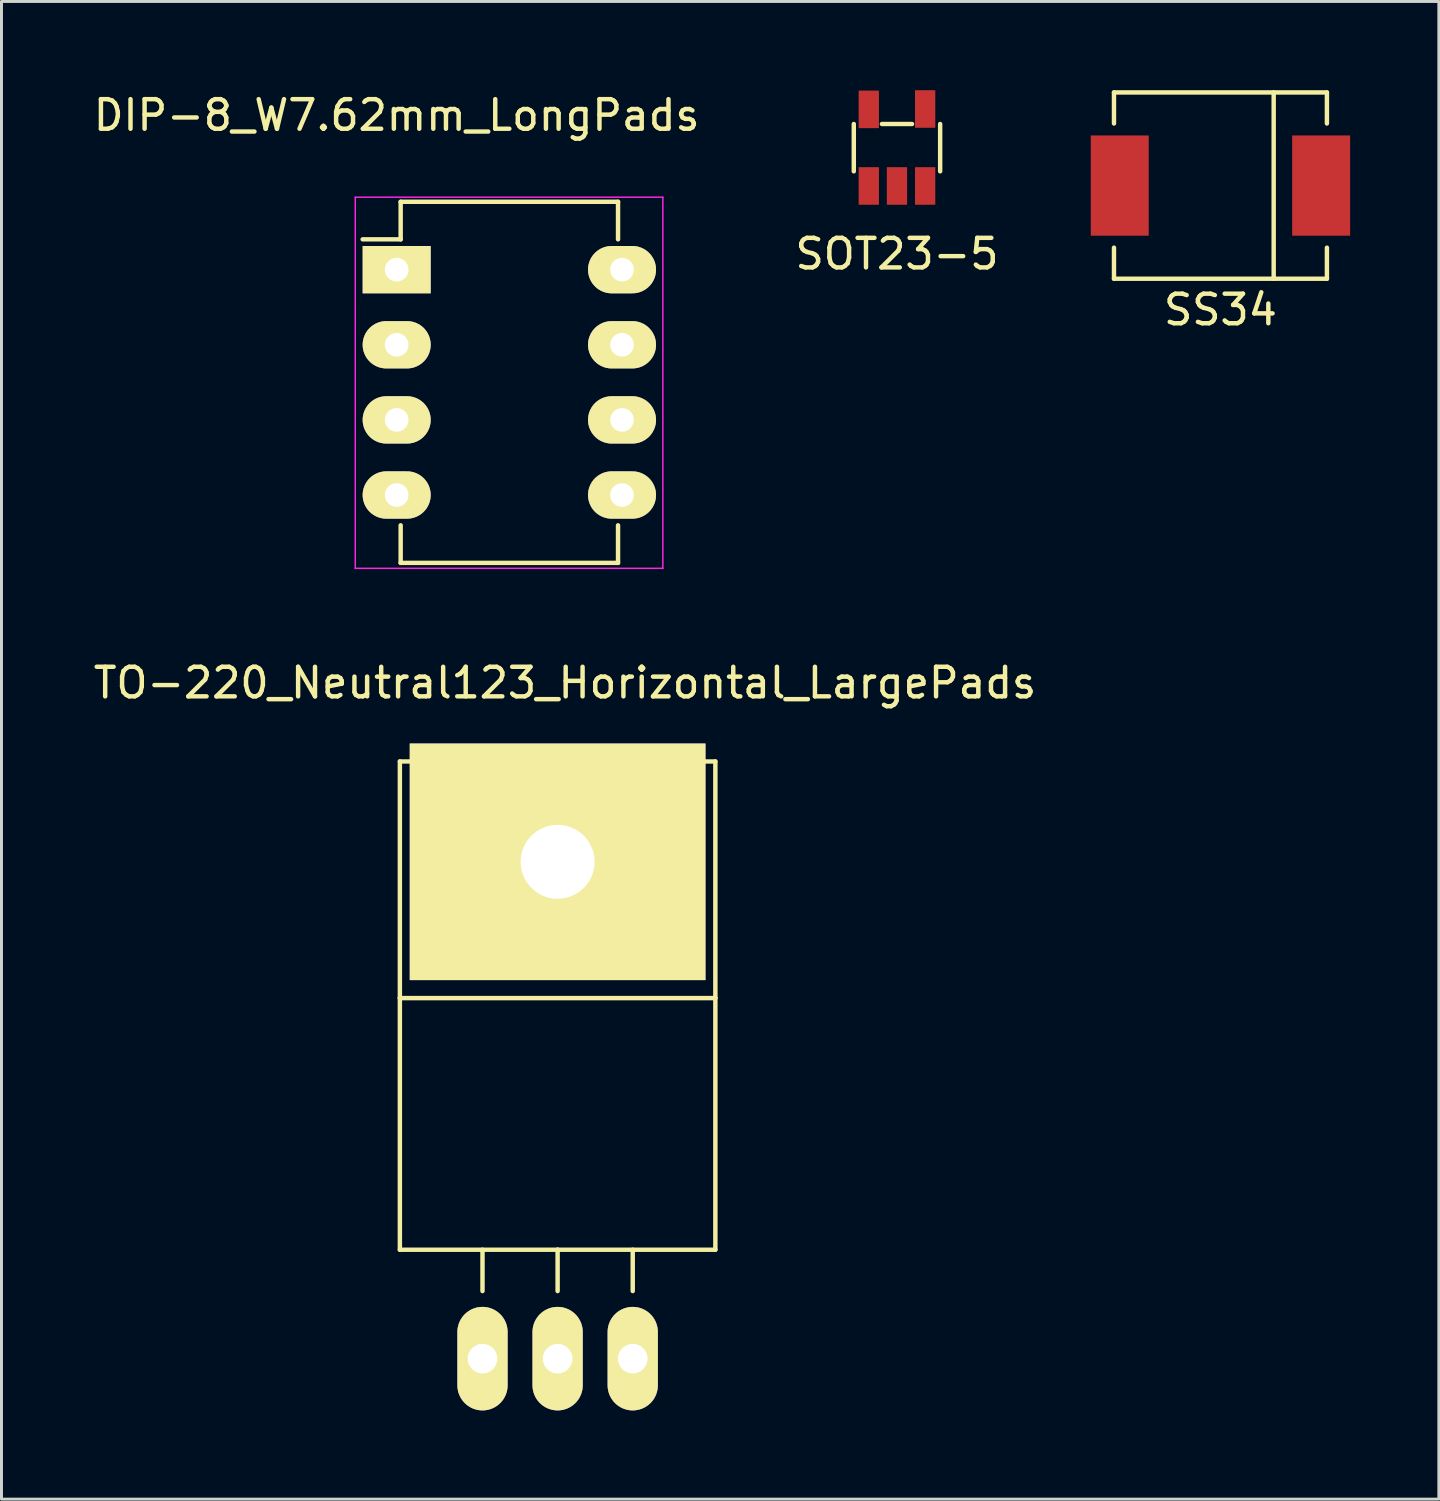
<source format=kicad_pcb>
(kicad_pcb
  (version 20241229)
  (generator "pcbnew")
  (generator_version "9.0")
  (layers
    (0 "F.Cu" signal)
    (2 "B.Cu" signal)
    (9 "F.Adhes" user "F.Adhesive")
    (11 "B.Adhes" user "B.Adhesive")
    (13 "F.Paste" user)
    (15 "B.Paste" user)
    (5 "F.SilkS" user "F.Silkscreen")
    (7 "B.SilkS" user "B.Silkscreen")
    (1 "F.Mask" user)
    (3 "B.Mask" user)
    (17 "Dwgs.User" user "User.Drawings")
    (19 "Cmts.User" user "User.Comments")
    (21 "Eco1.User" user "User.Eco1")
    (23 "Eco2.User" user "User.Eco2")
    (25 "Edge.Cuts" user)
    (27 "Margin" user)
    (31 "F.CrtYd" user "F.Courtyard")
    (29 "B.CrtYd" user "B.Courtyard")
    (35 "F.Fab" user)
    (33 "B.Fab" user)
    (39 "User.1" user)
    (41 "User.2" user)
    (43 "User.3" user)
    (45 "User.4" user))
  (footprint "TO-220_Neutral123_Horizontal_LargePads"
    (layer "F.Cu")
    (at 15.805 42.891)
    (property "Reference" "TO-220_Neutral123_Horizontal_LargePads" (at 0.249 -22.85 0) (layer "F.SilkS") (effects (font (size 1 1) (thickness 0.15))))
    (attr through_hole)
    (fp_line (start -5.334 -20.193) (end -5.334 -12.192) (stroke (width 0.15) (type solid)) (layer "F.SilkS"))
    (fp_line (start -5.334 -12.192) (end -5.334 -3.683) (stroke (width 0.15) (type solid)) (layer "F.SilkS"))
    (fp_line (start -2.54 -3.683) (end -2.54 -2.286) (stroke (width 0.15) (type solid)) (layer "F.SilkS"))
    (fp_line (start 0 -3.683) (end -5.334 -3.683) (stroke (width 0.15) (type solid)) (layer "F.SilkS"))
    (fp_line (start 0 -3.683) (end 0 -2.286) (stroke (width 0.15) (type solid)) (layer "F.SilkS"))
    (fp_line (start 0 -3.683) (end 5.334 -3.683) (stroke (width 0.15) (type solid)) (layer "F.SilkS"))
    (fp_line (start 2.54 -3.683) (end 2.54 -2.286) (stroke (width 0.15) (type solid)) (layer "F.SilkS"))
    (fp_line (start 5.334 -20.193) (end -5.334 -20.193) (stroke (width 0.15) (type solid)) (layer "F.SilkS"))
    (fp_line (start 5.334 -12.192) (end -5.334 -12.192) (stroke (width 0.15) (type solid)) (layer "F.SilkS"))
    (fp_line (start 5.334 -12.192) (end 5.334 -20.193) (stroke (width 0.15) (type solid)) (layer "F.SilkS"))
    (fp_line (start 5.334 -3.683) (end 5.334 -12.192) (stroke (width 0.15) (type solid)) (layer "F.SilkS"))
    (fp_circle (center 0 -16.764) (end 1.778 -14.986) (stroke (width 0.15) (type solid)) (fill no) (layer "F.SilkS"))
    (pad "GND" thru_hole rect (at 0 -16.8) (size 10 8) (drill 2.5) (layers "*.Cu" "*.Mask" "F.SilkS"))
    (pad "GND" thru_hole oval (at 0 0 90) (size 3.5 1.699) (drill 1.001) (layers "*.Cu" "*.Mask" "F.SilkS"))
    (pad "VI" thru_hole oval (at -2.54 0 90) (size 3.5 1.699) (drill 1.001) (layers "*.Cu" "*.Mask" "F.SilkS"))
    (pad "VO" thru_hole oval (at 2.54 0 90) (size 3.5 1.699) (drill 1.001) (layers "*.Cu" "*.Mask" "F.SilkS")))
  (footprint "SOT23-5"
    (layer "F.Cu")
    (at 27.28 1.943)
    (property "Reference" "SOT23-5" (at 0 3.594 0) (layer "F.SilkS") (effects (font (size 1 1) (thickness 0.15))))
    (attr through_hole)
    (fp_line (start -1.46 -0.8) (end -1.46 0.8) (stroke (width 0.15) (type solid)) (layer "F.SilkS"))
    (fp_line (start -0.508 -0.8) (end 0.508 -0.8) (stroke (width 0.15) (type solid)) (layer "F.SilkS"))
    (fp_line (start 1.46 -0.8) (end 1.46 0.8) (stroke (width 0.15) (type solid)) (layer "F.SilkS"))
    (pad "1" smd rect (at -0.953 1.295) (size 0.686 1.27) (layers "F.Cu" "F.Mask" "F.Paste"))
    (pad "2" smd rect (at 0 1.295) (size 0.686 1.27) (layers "F.Cu" "F.Mask" "F.Paste"))
    (pad "3" smd rect (at 0.953 1.295) (size 0.686 1.27) (layers "F.Cu" "F.Mask" "F.Paste"))
    (pad "4" smd rect (at 0.953 -1.308) (size 0.686 1.27) (layers "F.Cu" "F.Mask" "F.Paste"))
    (pad "5" smd rect (at -0.953 -1.295) (size 0.686 1.27) (layers "F.Cu" "F.Mask" "F.Paste")))
  (footprint "SS34"
    (layer "F.Cu")
    (at 34.813 3.225)
    (property "Reference" "SS34" (at 3.405 4.2 0) (layer "F.SilkS") (effects (font (size 1 1) (thickness 0.15))))
    (attr through_hole)
    (fp_line (start -0.195 -3.15) (end 7.005 -3.15) (stroke (width 0.15) (type solid)) (layer "F.SilkS"))
    (fp_line (start -0.195 -2.1) (end -0.195 -3.15) (stroke (width 0.15) (type solid)) (layer "F.SilkS"))
    (fp_line (start -0.195 3.15) (end -0.195 2.1) (stroke (width 0.15) (type solid)) (layer "F.SilkS"))
    (fp_line (start 5.205 -3.15) (end 5.205 3.15) (stroke (width 0.15) (type solid)) (layer "F.SilkS"))
    (fp_line (start 7.005 -3.15) (end 7.005 -2.1) (stroke (width 0.15) (type solid)) (layer "F.SilkS"))
    (fp_line (start 7.005 2.1) (end 7.005 3.15) (stroke (width 0.15) (type solid)) (layer "F.SilkS"))
    (fp_line (start 7.005 3.15) (end -0.195 3.15) (stroke (width 0.15) (type solid)) (layer "F.SilkS"))
    (pad "1" smd rect (at 6.81 0) (size 1.96 3.39) (layers "F.Cu" "F.Mask" "F.Paste"))
    (pad "2" smd rect (at 0 0) (size 1.96 3.39) (layers "F.Cu" "F.Mask" "F.Paste")))
  (footprint "DIP-8_W7.62mm_LongPads"
    (layer "F.Cu")
    (at 10.363 6.068)
    (property "Reference" "DIP-8_W7.62mm_LongPads" (at 0 -5.22 0) (layer "F.SilkS") (effects (font (size 1 1) (thickness 0.15))))
    (attr through_hole)
    (fp_line (start 0.135 -2.295) (end 0.135 -1.025) (stroke (width 0.15) (type solid)) (layer "F.SilkS"))
    (fp_line (start 0.135 -2.295) (end 7.485 -2.295) (stroke (width 0.15) (type solid)) (layer "F.SilkS"))
    (fp_line (start 0.135 -1.025) (end -1.15 -1.025) (stroke (width 0.15) (type solid)) (layer "F.SilkS"))
    (fp_line (start 0.135 9.915) (end 0.135 8.645) (stroke (width 0.15) (type solid)) (layer "F.SilkS"))
    (fp_line (start 0.135 9.915) (end 7.485 9.915) (stroke (width 0.15) (type solid)) (layer "F.SilkS"))
    (fp_line (start 7.485 -2.295) (end 7.485 -1.025) (stroke (width 0.15) (type solid)) (layer "F.SilkS"))
    (fp_line (start 7.485 9.915) (end 7.485 8.645) (stroke (width 0.15) (type solid)) (layer "F.SilkS"))
    (fp_line (start -1.4 -2.45) (end -1.4 10.1) (stroke (width 0.05) (type solid)) (layer "F.CrtYd"))
    (fp_line (start -1.4 -2.45) (end 9 -2.45) (stroke (width 0.05) (type solid)) (layer "F.CrtYd"))
    (fp_line (start -1.4 10.1) (end 9 10.1) (stroke (width 0.05) (type solid)) (layer "F.CrtYd"))
    (fp_line (start 9 -2.45) (end 9 10.1) (stroke (width 0.05) (type solid)) (layer "F.CrtYd"))
    (pad "1" thru_hole rect (at 0 0) (size 2.3 1.6) (drill 0.8) (layers "*.Cu" "*.Mask" "F.SilkS"))
    (pad "2" thru_hole oval (at 0 2.54) (size 2.3 1.6) (drill 0.8) (layers "*.Cu" "*.Mask" "F.SilkS"))
    (pad "3" thru_hole oval (at 0 5.08) (size 2.3 1.6) (drill 0.8) (layers "*.Cu" "*.Mask" "F.SilkS"))
    (pad "4" thru_hole oval (at 0 7.62) (size 2.3 1.6) (drill 0.8) (layers "*.Cu" "*.Mask" "F.SilkS"))
    (pad "5" thru_hole oval (at 7.62 7.62) (size 2.3 1.6) (drill 0.8) (layers "*.Cu" "*.Mask" "F.SilkS"))
    (pad "6" thru_hole oval (at 7.62 5.08) (size 2.3 1.6) (drill 0.8) (layers "*.Cu" "*.Mask" "F.SilkS"))
    (pad "7" thru_hole oval (at 7.62 2.54) (size 2.3 1.6) (drill 0.8) (layers "*.Cu" "*.Mask" "F.SilkS"))
    (pad "8" thru_hole oval (at 7.62 0) (size 2.3 1.6) (drill 0.8) (layers "*.Cu" "*.Mask" "F.SilkS")))
  (gr_rect
    (start -3 -3)
    (end 45.603 47.641)
    (stroke (width 0.1) (type default))
    (fill no)
    (layer "Edge.Cuts")))
</source>
